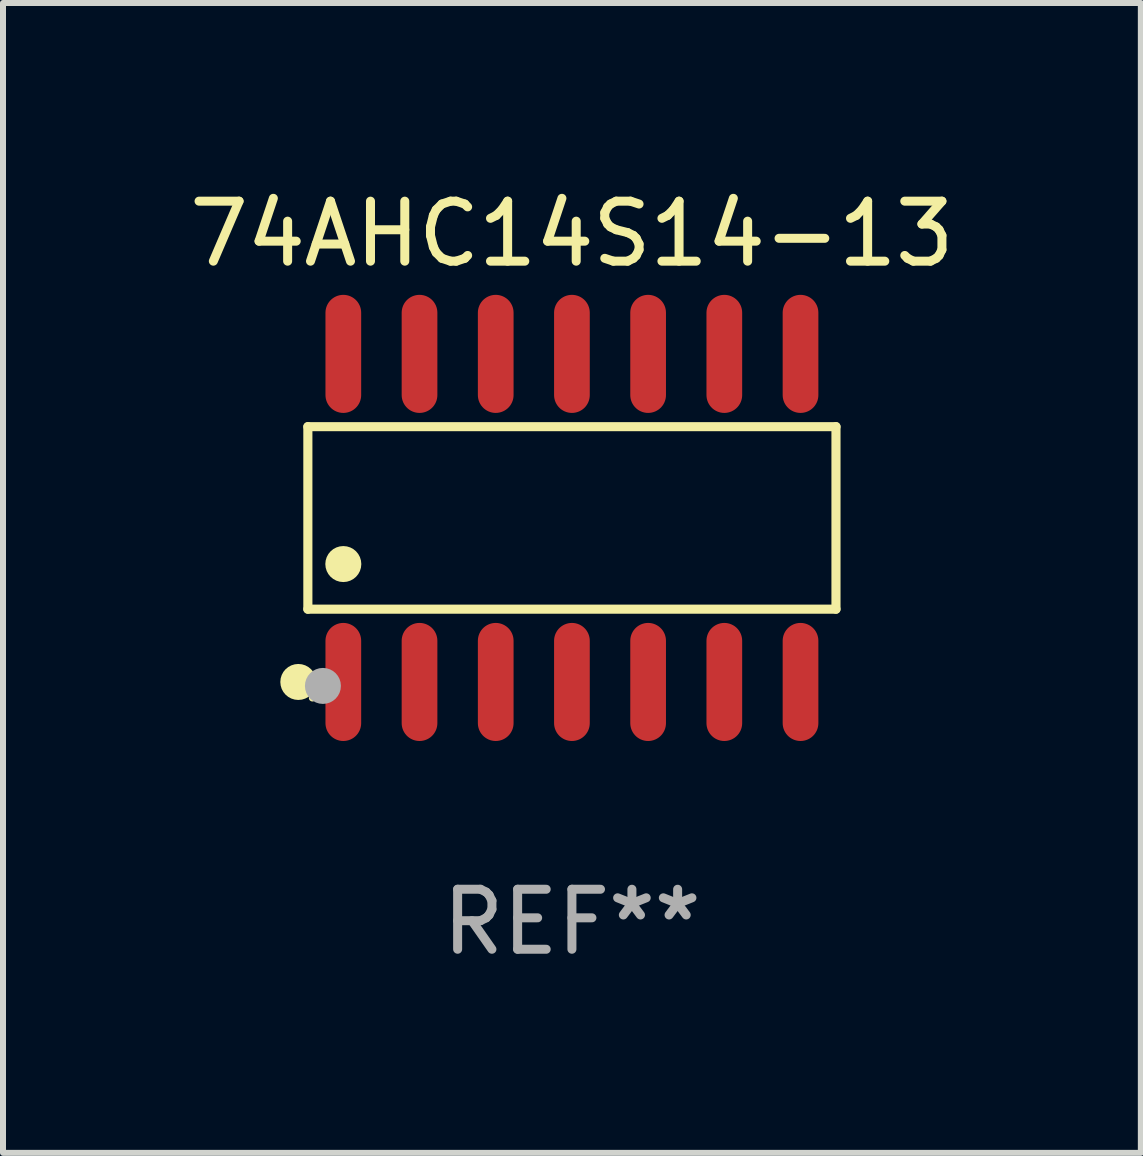
<source format=kicad_pcb>
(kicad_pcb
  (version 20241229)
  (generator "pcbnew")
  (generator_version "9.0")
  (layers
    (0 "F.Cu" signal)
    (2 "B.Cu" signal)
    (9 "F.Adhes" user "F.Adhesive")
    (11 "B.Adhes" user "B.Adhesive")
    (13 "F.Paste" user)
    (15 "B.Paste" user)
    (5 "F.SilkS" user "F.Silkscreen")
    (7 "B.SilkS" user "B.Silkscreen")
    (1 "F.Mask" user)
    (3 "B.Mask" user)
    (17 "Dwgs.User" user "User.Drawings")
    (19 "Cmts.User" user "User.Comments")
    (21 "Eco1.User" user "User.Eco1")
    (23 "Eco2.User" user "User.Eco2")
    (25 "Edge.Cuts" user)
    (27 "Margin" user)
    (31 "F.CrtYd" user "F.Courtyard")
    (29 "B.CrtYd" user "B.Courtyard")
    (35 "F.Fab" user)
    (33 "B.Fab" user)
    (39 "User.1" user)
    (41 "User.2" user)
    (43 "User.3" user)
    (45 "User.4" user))
  (footprint "74AHC14S14-13"
    (layer "F.Cu")
    (at 6.482 5.582)
    (property "Reference" "74AHC14S14-13" (at 0 -4.734 0) (layer "F.SilkS") (effects (font (size 1 1) (thickness 0.15))))
    (attr through_hole)
    (fp_line (start -4.401 -1.521) (end 4.401 -1.521) (stroke (width 0.152) (type solid)) (layer "F.SilkS"))
    (fp_line (start -4.401 1.521) (end -4.401 -1.521) (stroke (width 0.152) (type solid)) (layer "F.SilkS"))
    (fp_line (start 4.401 -1.521) (end 4.401 1.521) (stroke (width 0.152) (type solid)) (layer "F.SilkS"))
    (fp_line (start 4.401 1.521) (end -4.401 1.521) (stroke (width 0.152) (type solid)) (layer "F.SilkS"))
    (fp_circle (center -4.56 2.734) (end -4.41 2.734) (stroke (width 0.3) (type solid)) (fill no) (layer "F.SilkS"))
    (fp_circle (center -4.325 3) (end -4.295 3) (stroke (width 0.06) (type solid)) (fill no) (layer "F.SilkS"))
    (fp_circle (center -3.81 0.769) (end -3.66 0.769) (stroke (width 0.3) (type solid)) (fill no) (layer "F.SilkS"))
    (fp_circle (center -4.15 2.8) (end -4 2.8) (stroke (width 0.3) (type solid)) (fill no) (layer "F.Fab"))
    (fp_text user "REF**" (at 0 6.734 0) (layer "F.Fab") (effects (font (size 1 1) (thickness 0.15))))
    (pad "1" smd oval (at -3.81 2.734) (size 0.595 1.968) (layers "F.Cu" "F.Mask" "F.Paste"))
    (pad "2" smd oval (at -2.54 2.734) (size 0.595 1.968) (layers "F.Cu" "F.Mask" "F.Paste"))
    (pad "3" smd oval (at -1.27 2.734) (size 0.595 1.968) (layers "F.Cu" "F.Mask" "F.Paste"))
    (pad "4" smd oval (at 0 2.734) (size 0.595 1.968) (layers "F.Cu" "F.Mask" "F.Paste"))
    (pad "5" smd oval (at 1.27 2.734) (size 0.595 1.968) (layers "F.Cu" "F.Mask" "F.Paste"))
    (pad "6" smd oval (at 2.54 2.734) (size 0.595 1.968) (layers "F.Cu" "F.Mask" "F.Paste"))
    (pad "7" smd oval (at 3.81 2.734) (size 0.595 1.968) (layers "F.Cu" "F.Mask" "F.Paste"))
    (pad "8" smd oval (at 3.81 -2.734) (size 0.595 1.968) (layers "F.Cu" "F.Mask" "F.Paste"))
    (pad "9" smd oval (at 2.54 -2.734) (size 0.595 1.968) (layers "F.Cu" "F.Mask" "F.Paste"))
    (pad "10" smd oval (at 1.27 -2.734) (size 0.595 1.968) (layers "F.Cu" "F.Mask" "F.Paste"))
    (pad "11" smd oval (at 0 -2.734) (size 0.595 1.968) (layers "F.Cu" "F.Mask" "F.Paste"))
    (pad "12" smd oval (at -1.27 -2.734) (size 0.595 1.968) (layers "F.Cu" "F.Mask" "F.Paste"))
    (pad "13" smd oval (at -2.54 -2.734) (size 0.595 1.968) (layers "F.Cu" "F.Mask" "F.Paste"))
    (pad "14" smd oval (at -3.81 -2.734) (size 0.595 1.968) (layers "F.Cu" "F.Mask" "F.Paste")))
  (gr_rect
    (start -3 -3)
    (end 15.964 16.164)
    (stroke (width 0.1) (type default))
    (fill no)
    (layer "Edge.Cuts")))
</source>
